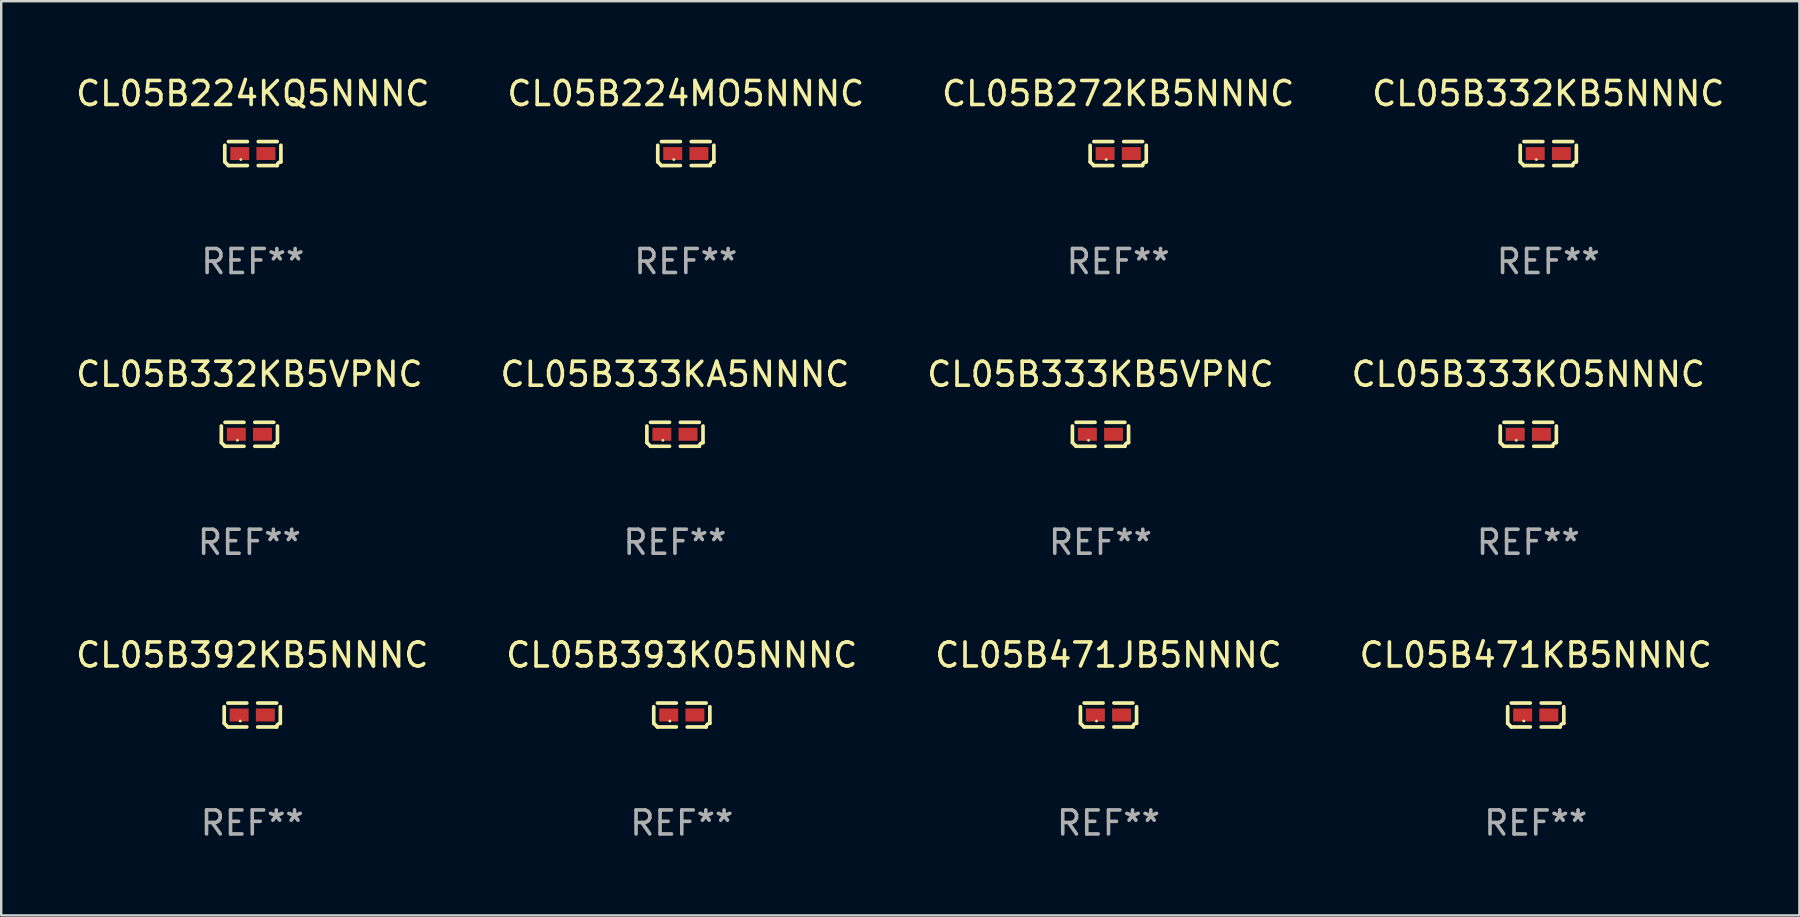
<source format=kicad_pcb>
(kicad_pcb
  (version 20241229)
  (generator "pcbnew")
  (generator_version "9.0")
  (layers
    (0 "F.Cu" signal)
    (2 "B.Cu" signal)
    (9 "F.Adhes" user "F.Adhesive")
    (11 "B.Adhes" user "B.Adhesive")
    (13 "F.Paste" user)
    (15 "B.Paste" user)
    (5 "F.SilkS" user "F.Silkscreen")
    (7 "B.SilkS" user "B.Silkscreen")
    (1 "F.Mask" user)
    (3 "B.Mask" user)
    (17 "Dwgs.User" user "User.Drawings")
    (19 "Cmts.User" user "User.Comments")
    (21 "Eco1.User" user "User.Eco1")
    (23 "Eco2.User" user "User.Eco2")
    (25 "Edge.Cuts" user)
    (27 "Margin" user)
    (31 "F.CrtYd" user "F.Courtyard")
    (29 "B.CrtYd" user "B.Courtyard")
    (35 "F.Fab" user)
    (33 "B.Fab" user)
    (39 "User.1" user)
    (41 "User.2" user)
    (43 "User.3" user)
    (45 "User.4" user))
  (footprint "CL05B333KO5NNNC"
    (layer "F.Cu")
    (at 60.613 15.041)
    (property "Reference" "CL05B333KO5NNNC" (at 0 -2.499 0) (layer "F.SilkS") (effects (font (size 1 1) (thickness 0.15))))
    (attr through_hole)
    (fp_line (start -1.169 0.346) (end -1.169 -0.346) (stroke (width 0.152) (type solid)) (layer "F.SilkS"))
    (fp_line (start -1.016 -0.499) (end -0.226 -0.499) (stroke (width 0.152) (type solid)) (layer "F.SilkS"))
    (fp_line (start -0.226 0.499) (end -1.016 0.499) (stroke (width 0.152) (type solid)) (layer "F.SilkS"))
    (fp_line (start 0.226 0.499) (end 1.016 0.499) (stroke (width 0.152) (type solid)) (layer "F.SilkS"))
    (fp_line (start 1.016 -0.499) (end 0.226 -0.499) (stroke (width 0.152) (type solid)) (layer "F.SilkS"))
    (fp_line (start 1.169 0.346) (end 1.169 -0.346) (stroke (width 0.152) (type solid)) (layer "F.SilkS"))
    (fp_arc (start -1.016307 0.498603) (mid -1.092512 0.422405) (end -1.16871 0.3462) (stroke (width 0.1524) (type solid)) (layer "F.SilkS"))
    (fp_arc (start 1.016307 0.498603) (mid 1.060899 0.390758) (end 1.168707 0.346076) (stroke (width 0.1524) (type solid)) (layer "F.SilkS"))
    (fp_circle (center -0.5 0.25) (end -0.47 0.25) (stroke (width 0.06) (type solid)) (fill no) (layer "F.SilkS"))
    (fp_text user "REF**" (at 0 4.499 0) (layer "F.Fab") (effects (font (size 1 1) (thickness 0.15))))
    (pad "1" smd rect (at -0.545 0) (size 0.79 0.54) (layers "F.Cu" "F.Mask" "F.Paste"))
    (pad "2" smd rect (at 0.545 0) (size 0.79 0.54) (layers "F.Cu" "F.Mask" "F.Paste")))
  (footprint "CL05B224KQ5NNNC"
    (layer "F.Cu")
    (at 7.482 3.347)
    (property "Reference" "CL05B224KQ5NNNC" (at 0 -2.499 0) (layer "F.SilkS") (effects (font (size 1 1) (thickness 0.15))))
    (attr through_hole)
    (fp_line (start -1.169 0.346) (end -1.169 -0.346) (stroke (width 0.152) (type solid)) (layer "F.SilkS"))
    (fp_line (start -1.016 -0.499) (end -0.226 -0.499) (stroke (width 0.152) (type solid)) (layer "F.SilkS"))
    (fp_line (start -0.226 0.499) (end -1.016 0.499) (stroke (width 0.152) (type solid)) (layer "F.SilkS"))
    (fp_line (start 0.226 0.499) (end 1.016 0.499) (stroke (width 0.152) (type solid)) (layer "F.SilkS"))
    (fp_line (start 1.016 -0.499) (end 0.226 -0.499) (stroke (width 0.152) (type solid)) (layer "F.SilkS"))
    (fp_line (start 1.169 0.346) (end 1.169 -0.346) (stroke (width 0.152) (type solid)) (layer "F.SilkS"))
    (fp_arc (start -1.016307 0.498603) (mid -1.092512 0.422405) (end -1.16871 0.3462) (stroke (width 0.1524) (type solid)) (layer "F.SilkS"))
    (fp_arc (start 1.016307 0.498603) (mid 1.060899 0.390758) (end 1.168707 0.346076) (stroke (width 0.1524) (type solid)) (layer "F.SilkS"))
    (fp_circle (center -0.5 0.25) (end -0.47 0.25) (stroke (width 0.06) (type solid)) (fill no) (layer "F.SilkS"))
    (fp_text user "REF**" (at 0 4.499 0) (layer "F.Fab") (effects (font (size 1 1) (thickness 0.15))))
    (pad "1" smd rect (at -0.545 0) (size 0.79 0.54) (layers "F.Cu" "F.Mask" "F.Paste"))
    (pad "2" smd rect (at 0.545 0) (size 0.79 0.54) (layers "F.Cu" "F.Mask" "F.Paste")))
  (footprint "CL05B471KB5NNNC"
    (layer "F.Cu")
    (at 60.923 26.734)
    (property "Reference" "CL05B471KB5NNNC" (at 0 -2.499 0) (layer "F.SilkS") (effects (font (size 1 1) (thickness 0.15))))
    (attr through_hole)
    (fp_line (start -1.169 0.346) (end -1.169 -0.346) (stroke (width 0.152) (type solid)) (layer "F.SilkS"))
    (fp_line (start -1.016 -0.499) (end -0.226 -0.499) (stroke (width 0.152) (type solid)) (layer "F.SilkS"))
    (fp_line (start -0.226 0.499) (end -1.016 0.499) (stroke (width 0.152) (type solid)) (layer "F.SilkS"))
    (fp_line (start 0.226 0.499) (end 1.016 0.499) (stroke (width 0.152) (type solid)) (layer "F.SilkS"))
    (fp_line (start 1.016 -0.499) (end 0.226 -0.499) (stroke (width 0.152) (type solid)) (layer "F.SilkS"))
    (fp_line (start 1.169 0.346) (end 1.169 -0.346) (stroke (width 0.152) (type solid)) (layer "F.SilkS"))
    (fp_arc (start -1.016307 0.498603) (mid -1.092512 0.422405) (end -1.16871 0.3462) (stroke (width 0.1524) (type solid)) (layer "F.SilkS"))
    (fp_arc (start 1.016307 0.498603) (mid 1.060899 0.390758) (end 1.168707 0.346076) (stroke (width 0.1524) (type solid)) (layer "F.SilkS"))
    (fp_circle (center -0.5 0.25) (end -0.47 0.25) (stroke (width 0.06) (type solid)) (fill no) (layer "F.SilkS"))
    (fp_text user "REF**" (at 0 4.499 0) (layer "F.Fab") (effects (font (size 1 1) (thickness 0.15))))
    (pad "1" smd rect (at -0.545 0) (size 0.79 0.54) (layers "F.Cu" "F.Mask" "F.Paste"))
    (pad "2" smd rect (at 0.545 0) (size 0.79 0.54) (layers "F.Cu" "F.Mask" "F.Paste")))
  (footprint "CL05B392KB5NNNC"
    (layer "F.Cu")
    (at 7.458 26.734)
    (property "Reference" "CL05B392KB5NNNC" (at 0 -2.499 0) (layer "F.SilkS") (effects (font (size 1 1) (thickness 0.15))))
    (attr through_hole)
    (fp_line (start -1.169 0.346) (end -1.169 -0.346) (stroke (width 0.152) (type solid)) (layer "F.SilkS"))
    (fp_line (start -1.016 -0.499) (end -0.226 -0.499) (stroke (width 0.152) (type solid)) (layer "F.SilkS"))
    (fp_line (start -0.226 0.499) (end -1.016 0.499) (stroke (width 0.152) (type solid)) (layer "F.SilkS"))
    (fp_line (start 0.226 0.499) (end 1.016 0.499) (stroke (width 0.152) (type solid)) (layer "F.SilkS"))
    (fp_line (start 1.016 -0.499) (end 0.226 -0.499) (stroke (width 0.152) (type solid)) (layer "F.SilkS"))
    (fp_line (start 1.169 0.346) (end 1.169 -0.346) (stroke (width 0.152) (type solid)) (layer "F.SilkS"))
    (fp_arc (start -1.016307 0.498603) (mid -1.092512 0.422405) (end -1.16871 0.3462) (stroke (width 0.1524) (type solid)) (layer "F.SilkS"))
    (fp_arc (start 1.016307 0.498603) (mid 1.060899 0.390758) (end 1.168707 0.346076) (stroke (width 0.1524) (type solid)) (layer "F.SilkS"))
    (fp_circle (center -0.5 0.25) (end -0.47 0.25) (stroke (width 0.06) (type solid)) (fill no) (layer "F.SilkS"))
    (fp_text user "REF**" (at 0 4.499 0) (layer "F.Fab") (effects (font (size 1 1) (thickness 0.15))))
    (pad "1" smd rect (at -0.545 0) (size 0.79 0.54) (layers "F.Cu" "F.Mask" "F.Paste"))
    (pad "2" smd rect (at 0.545 0) (size 0.79 0.54) (layers "F.Cu" "F.Mask" "F.Paste")))
  (footprint "CL05B471JB5NNNC"
    (layer "F.Cu")
    (at 43.125 26.734)
    (property "Reference" "CL05B471JB5NNNC" (at 0 -2.499 0) (layer "F.SilkS") (effects (font (size 1 1) (thickness 0.15))))
    (attr through_hole)
    (fp_line (start -1.169 0.346) (end -1.169 -0.346) (stroke (width 0.152) (type solid)) (layer "F.SilkS"))
    (fp_line (start -1.016 -0.499) (end -0.226 -0.499) (stroke (width 0.152) (type solid)) (layer "F.SilkS"))
    (fp_line (start -0.226 0.499) (end -1.016 0.499) (stroke (width 0.152) (type solid)) (layer "F.SilkS"))
    (fp_line (start 0.226 0.499) (end 1.016 0.499) (stroke (width 0.152) (type solid)) (layer "F.SilkS"))
    (fp_line (start 1.016 -0.499) (end 0.226 -0.499) (stroke (width 0.152) (type solid)) (layer "F.SilkS"))
    (fp_line (start 1.169 0.346) (end 1.169 -0.346) (stroke (width 0.152) (type solid)) (layer "F.SilkS"))
    (fp_arc (start -1.016307 0.498603) (mid -1.092512 0.422405) (end -1.16871 0.3462) (stroke (width 0.1524) (type solid)) (layer "F.SilkS"))
    (fp_arc (start 1.016307 0.498603) (mid 1.060899 0.390758) (end 1.168707 0.346076) (stroke (width 0.1524) (type solid)) (layer "F.SilkS"))
    (fp_circle (center -0.5 0.25) (end -0.47 0.25) (stroke (width 0.06) (type solid)) (fill no) (layer "F.SilkS"))
    (fp_text user "REF**" (at 0 4.499 0) (layer "F.Fab") (effects (font (size 1 1) (thickness 0.15))))
    (pad "1" smd rect (at -0.545 0) (size 0.79 0.54) (layers "F.Cu" "F.Mask" "F.Paste"))
    (pad "2" smd rect (at 0.545 0) (size 0.79 0.54) (layers "F.Cu" "F.Mask" "F.Paste")))
  (footprint "CL05B333KB5VPNC"
    (layer "F.Cu")
    (at 42.792 15.041)
    (property "Reference" "CL05B333KB5VPNC" (at 0 -2.499 0) (layer "F.SilkS") (effects (font (size 1 1) (thickness 0.15))))
    (attr through_hole)
    (fp_line (start -1.169 0.346) (end -1.169 -0.346) (stroke (width 0.152) (type solid)) (layer "F.SilkS"))
    (fp_line (start -1.016 -0.499) (end -0.226 -0.499) (stroke (width 0.152) (type solid)) (layer "F.SilkS"))
    (fp_line (start -0.226 0.499) (end -1.016 0.499) (stroke (width 0.152) (type solid)) (layer "F.SilkS"))
    (fp_line (start 0.226 0.499) (end 1.016 0.499) (stroke (width 0.152) (type solid)) (layer "F.SilkS"))
    (fp_line (start 1.016 -0.499) (end 0.226 -0.499) (stroke (width 0.152) (type solid)) (layer "F.SilkS"))
    (fp_line (start 1.169 0.346) (end 1.169 -0.346) (stroke (width 0.152) (type solid)) (layer "F.SilkS"))
    (fp_arc (start -1.016307 0.498603) (mid -1.092512 0.422405) (end -1.16871 0.3462) (stroke (width 0.1524) (type solid)) (layer "F.SilkS"))
    (fp_arc (start 1.016307 0.498603) (mid 1.060899 0.390758) (end 1.168707 0.346076) (stroke (width 0.1524) (type solid)) (layer "F.SilkS"))
    (fp_circle (center -0.5 0.25) (end -0.47 0.25) (stroke (width 0.06) (type solid)) (fill no) (layer "F.SilkS"))
    (fp_text user "REF**" (at 0 4.499 0) (layer "F.Fab") (effects (font (size 1 1) (thickness 0.15))))
    (pad "1" smd rect (at -0.545 0) (size 0.79 0.54) (layers "F.Cu" "F.Mask" "F.Paste"))
    (pad "2" smd rect (at 0.545 0) (size 0.79 0.54) (layers "F.Cu" "F.Mask" "F.Paste")))
  (footprint "CL05B332KB5VPNC"
    (layer "F.Cu")
    (at 7.339 15.041)
    (property "Reference" "CL05B332KB5VPNC" (at 0 -2.499 0) (layer "F.SilkS") (effects (font (size 1 1) (thickness 0.15))))
    (attr through_hole)
    (fp_line (start -1.169 0.346) (end -1.169 -0.346) (stroke (width 0.152) (type solid)) (layer "F.SilkS"))
    (fp_line (start -1.016 -0.499) (end -0.226 -0.499) (stroke (width 0.152) (type solid)) (layer "F.SilkS"))
    (fp_line (start -0.226 0.499) (end -1.016 0.499) (stroke (width 0.152) (type solid)) (layer "F.SilkS"))
    (fp_line (start 0.226 0.499) (end 1.016 0.499) (stroke (width 0.152) (type solid)) (layer "F.SilkS"))
    (fp_line (start 1.016 -0.499) (end 0.226 -0.499) (stroke (width 0.152) (type solid)) (layer "F.SilkS"))
    (fp_line (start 1.169 0.346) (end 1.169 -0.346) (stroke (width 0.152) (type solid)) (layer "F.SilkS"))
    (fp_arc (start -1.016307 0.498603) (mid -1.092512 0.422405) (end -1.16871 0.3462) (stroke (width 0.1524) (type solid)) (layer "F.SilkS"))
    (fp_arc (start 1.016307 0.498603) (mid 1.060899 0.390758) (end 1.168707 0.346076) (stroke (width 0.1524) (type solid)) (layer "F.SilkS"))
    (fp_circle (center -0.5 0.25) (end -0.47 0.25) (stroke (width 0.06) (type solid)) (fill no) (layer "F.SilkS"))
    (fp_text user "REF**" (at 0 4.499 0) (layer "F.Fab") (effects (font (size 1 1) (thickness 0.15))))
    (pad "1" smd rect (at -0.545 0) (size 0.79 0.54) (layers "F.Cu" "F.Mask" "F.Paste"))
    (pad "2" smd rect (at 0.545 0) (size 0.79 0.54) (layers "F.Cu" "F.Mask" "F.Paste")))
  (footprint "CL05B224MO5NNNC"
    (layer "F.Cu")
    (at 25.518 3.347)
    (property "Reference" "CL05B224MO5NNNC" (at 0 -2.499 0) (layer "F.SilkS") (effects (font (size 1 1) (thickness 0.15))))
    (attr through_hole)
    (fp_line (start -1.169 0.346) (end -1.169 -0.346) (stroke (width 0.152) (type solid)) (layer "F.SilkS"))
    (fp_line (start -1.016 -0.499) (end -0.226 -0.499) (stroke (width 0.152) (type solid)) (layer "F.SilkS"))
    (fp_line (start -0.226 0.499) (end -1.016 0.499) (stroke (width 0.152) (type solid)) (layer "F.SilkS"))
    (fp_line (start 0.226 0.499) (end 1.016 0.499) (stroke (width 0.152) (type solid)) (layer "F.SilkS"))
    (fp_line (start 1.016 -0.499) (end 0.226 -0.499) (stroke (width 0.152) (type solid)) (layer "F.SilkS"))
    (fp_line (start 1.169 0.346) (end 1.169 -0.346) (stroke (width 0.152) (type solid)) (layer "F.SilkS"))
    (fp_arc (start -1.016307 0.498603) (mid -1.092512 0.422405) (end -1.16871 0.3462) (stroke (width 0.1524) (type solid)) (layer "F.SilkS"))
    (fp_arc (start 1.016307 0.498603) (mid 1.060899 0.390758) (end 1.168707 0.346076) (stroke (width 0.1524) (type solid)) (layer "F.SilkS"))
    (fp_circle (center -0.5 0.25) (end -0.47 0.25) (stroke (width 0.06) (type solid)) (fill no) (layer "F.SilkS"))
    (fp_text user "REF**" (at 0 4.499 0) (layer "F.Fab") (effects (font (size 1 1) (thickness 0.15))))
    (pad "1" smd rect (at -0.545 0) (size 0.79 0.54) (layers "F.Cu" "F.Mask" "F.Paste"))
    (pad "2" smd rect (at 0.545 0) (size 0.79 0.54) (layers "F.Cu" "F.Mask" "F.Paste")))
  (footprint "CL05B332KB5NNNC"
    (layer "F.Cu")
    (at 61.446 3.347)
    (property "Reference" "CL05B332KB5NNNC" (at 0 -2.499 0) (layer "F.SilkS") (effects (font (size 1 1) (thickness 0.15))))
    (attr through_hole)
    (fp_line (start -1.169 0.346) (end -1.169 -0.346) (stroke (width 0.152) (type solid)) (layer "F.SilkS"))
    (fp_line (start -1.016 -0.499) (end -0.226 -0.499) (stroke (width 0.152) (type solid)) (layer "F.SilkS"))
    (fp_line (start -0.226 0.499) (end -1.016 0.499) (stroke (width 0.152) (type solid)) (layer "F.SilkS"))
    (fp_line (start 0.226 0.499) (end 1.016 0.499) (stroke (width 0.152) (type solid)) (layer "F.SilkS"))
    (fp_line (start 1.016 -0.499) (end 0.226 -0.499) (stroke (width 0.152) (type solid)) (layer "F.SilkS"))
    (fp_line (start 1.169 0.346) (end 1.169 -0.346) (stroke (width 0.152) (type solid)) (layer "F.SilkS"))
    (fp_arc (start -1.016307 0.498603) (mid -1.092512 0.422405) (end -1.16871 0.3462) (stroke (width 0.1524) (type solid)) (layer "F.SilkS"))
    (fp_arc (start 1.016307 0.498603) (mid 1.060899 0.390758) (end 1.168707 0.346076) (stroke (width 0.1524) (type solid)) (layer "F.SilkS"))
    (fp_circle (center -0.5 0.25) (end -0.47 0.25) (stroke (width 0.06) (type solid)) (fill no) (layer "F.SilkS"))
    (fp_text user "REF**" (at 0 4.499 0) (layer "F.Fab") (effects (font (size 1 1) (thickness 0.15))))
    (pad "1" smd rect (at -0.545 0) (size 0.79 0.54) (layers "F.Cu" "F.Mask" "F.Paste"))
    (pad "2" smd rect (at 0.545 0) (size 0.79 0.54) (layers "F.Cu" "F.Mask" "F.Paste")))
  (footprint "CL05B272KB5NNNC"
    (layer "F.Cu")
    (at 43.53 3.347)
    (property "Reference" "CL05B272KB5NNNC" (at 0 -2.499 0) (layer "F.SilkS") (effects (font (size 1 1) (thickness 0.15))))
    (attr through_hole)
    (fp_line (start -1.169 0.346) (end -1.169 -0.346) (stroke (width 0.152) (type solid)) (layer "F.SilkS"))
    (fp_line (start -1.016 -0.499) (end -0.226 -0.499) (stroke (width 0.152) (type solid)) (layer "F.SilkS"))
    (fp_line (start -0.226 0.499) (end -1.016 0.499) (stroke (width 0.152) (type solid)) (layer "F.SilkS"))
    (fp_line (start 0.226 0.499) (end 1.016 0.499) (stroke (width 0.152) (type solid)) (layer "F.SilkS"))
    (fp_line (start 1.016 -0.499) (end 0.226 -0.499) (stroke (width 0.152) (type solid)) (layer "F.SilkS"))
    (fp_line (start 1.169 0.346) (end 1.169 -0.346) (stroke (width 0.152) (type solid)) (layer "F.SilkS"))
    (fp_arc (start -1.016307 0.498603) (mid -1.092512 0.422405) (end -1.16871 0.3462) (stroke (width 0.1524) (type solid)) (layer "F.SilkS"))
    (fp_arc (start 1.016307 0.498603) (mid 1.060899 0.390758) (end 1.168707 0.346076) (stroke (width 0.1524) (type solid)) (layer "F.SilkS"))
    (fp_circle (center -0.5 0.25) (end -0.47 0.25) (stroke (width 0.06) (type solid)) (fill no) (layer "F.SilkS"))
    (fp_text user "REF**" (at 0 4.499 0) (layer "F.Fab") (effects (font (size 1 1) (thickness 0.15))))
    (pad "1" smd rect (at -0.545 0) (size 0.79 0.54) (layers "F.Cu" "F.Mask" "F.Paste"))
    (pad "2" smd rect (at 0.545 0) (size 0.79 0.54) (layers "F.Cu" "F.Mask" "F.Paste")))
  (footprint "CL05B333KA5NNNC"
    (layer "F.Cu")
    (at 25.065 15.041)
    (property "Reference" "CL05B333KA5NNNC" (at 0 -2.499 0) (layer "F.SilkS") (effects (font (size 1 1) (thickness 0.15))))
    (attr through_hole)
    (fp_line (start -1.169 0.346) (end -1.169 -0.346) (stroke (width 0.152) (type solid)) (layer "F.SilkS"))
    (fp_line (start -1.016 -0.499) (end -0.226 -0.499) (stroke (width 0.152) (type solid)) (layer "F.SilkS"))
    (fp_line (start -0.226 0.499) (end -1.016 0.499) (stroke (width 0.152) (type solid)) (layer "F.SilkS"))
    (fp_line (start 0.226 0.499) (end 1.016 0.499) (stroke (width 0.152) (type solid)) (layer "F.SilkS"))
    (fp_line (start 1.016 -0.499) (end 0.226 -0.499) (stroke (width 0.152) (type solid)) (layer "F.SilkS"))
    (fp_line (start 1.169 0.346) (end 1.169 -0.346) (stroke (width 0.152) (type solid)) (layer "F.SilkS"))
    (fp_arc (start -1.016307 0.498603) (mid -1.092512 0.422405) (end -1.16871 0.3462) (stroke (width 0.1524) (type solid)) (layer "F.SilkS"))
    (fp_arc (start 1.016307 0.498603) (mid 1.060899 0.390758) (end 1.168707 0.346076) (stroke (width 0.1524) (type solid)) (layer "F.SilkS"))
    (fp_circle (center -0.5 0.25) (end -0.47 0.25) (stroke (width 0.06) (type solid)) (fill no) (layer "F.SilkS"))
    (fp_text user "REF**" (at 0 4.499 0) (layer "F.Fab") (effects (font (size 1 1) (thickness 0.15))))
    (pad "1" smd rect (at -0.545 0) (size 0.79 0.54) (layers "F.Cu" "F.Mask" "F.Paste"))
    (pad "2" smd rect (at 0.545 0) (size 0.79 0.54) (layers "F.Cu" "F.Mask" "F.Paste")))
  (footprint "CL05B393K05NNNC"
    (layer "F.Cu")
    (at 25.351 26.734)
    (property "Reference" "CL05B393K05NNNC" (at 0 -2.499 0) (layer "F.SilkS") (effects (font (size 1 1) (thickness 0.15))))
    (attr through_hole)
    (fp_line (start -1.169 0.346) (end -1.169 -0.346) (stroke (width 0.152) (type solid)) (layer "F.SilkS"))
    (fp_line (start -1.016 -0.499) (end -0.226 -0.499) (stroke (width 0.152) (type solid)) (layer "F.SilkS"))
    (fp_line (start -0.226 0.499) (end -1.016 0.499) (stroke (width 0.152) (type solid)) (layer "F.SilkS"))
    (fp_line (start 0.226 0.499) (end 1.016 0.499) (stroke (width 0.152) (type solid)) (layer "F.SilkS"))
    (fp_line (start 1.016 -0.499) (end 0.226 -0.499) (stroke (width 0.152) (type solid)) (layer "F.SilkS"))
    (fp_line (start 1.169 0.346) (end 1.169 -0.346) (stroke (width 0.152) (type solid)) (layer "F.SilkS"))
    (fp_arc (start -1.016307 0.498603) (mid -1.092512 0.422405) (end -1.16871 0.3462) (stroke (width 0.1524) (type solid)) (layer "F.SilkS"))
    (fp_arc (start 1.016307 0.498603) (mid 1.060899 0.390758) (end 1.168707 0.346076) (stroke (width 0.1524) (type solid)) (layer "F.SilkS"))
    (fp_circle (center -0.5 0.25) (end -0.47 0.25) (stroke (width 0.06) (type solid)) (fill no) (layer "F.SilkS"))
    (fp_text user "REF**" (at 0 4.499 0) (layer "F.Fab") (effects (font (size 1 1) (thickness 0.15))))
    (pad "1" smd rect (at -0.545 0) (size 0.79 0.54) (layers "F.Cu" "F.Mask" "F.Paste"))
    (pad "2" smd rect (at 0.545 0) (size 0.79 0.54) (layers "F.Cu" "F.Mask" "F.Paste")))
  (gr_rect
    (start -3 -3)
    (end 71.905 35.081)
    (stroke (width 0.1) (type default))
    (fill no)
    (layer "Edge.Cuts")))
</source>
